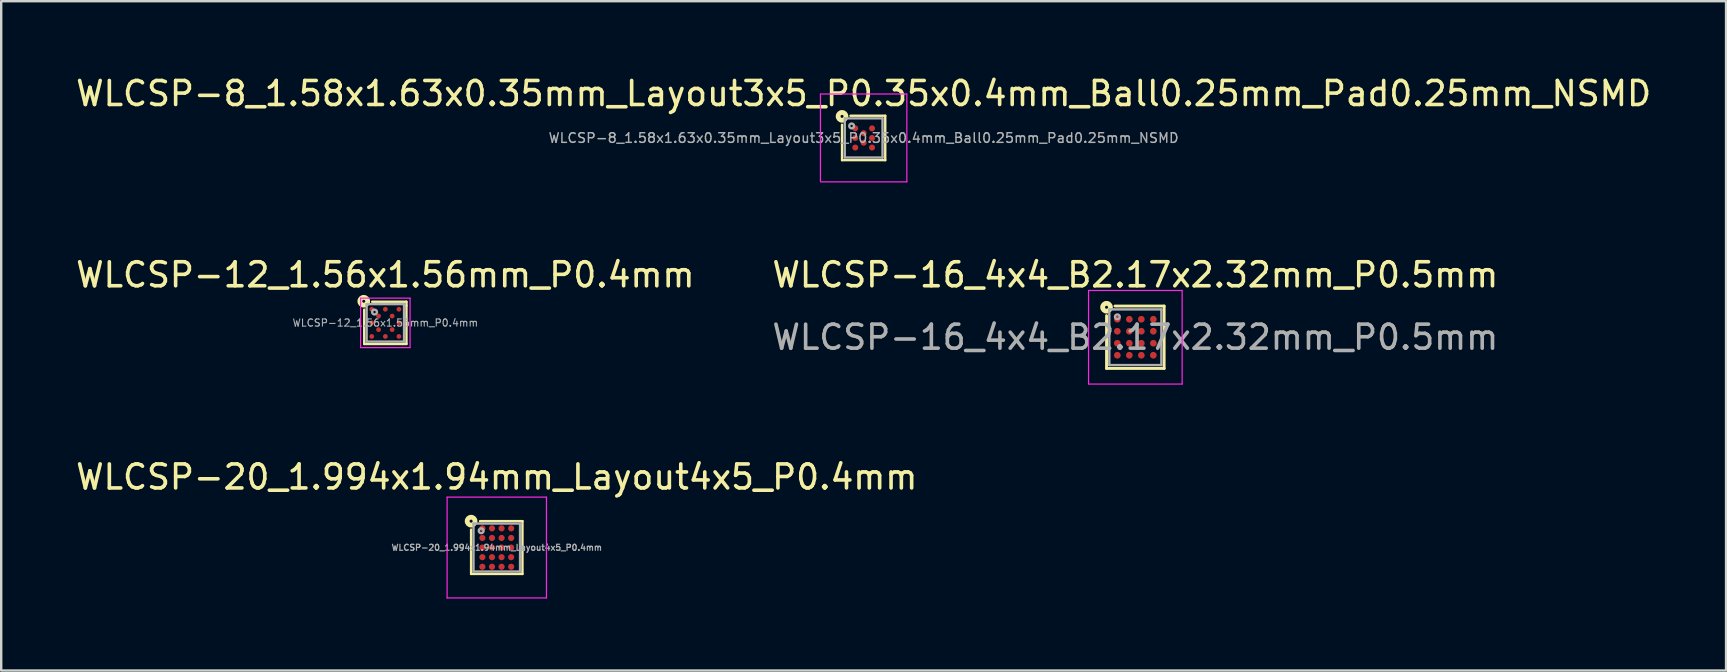
<source format=kicad_pcb>
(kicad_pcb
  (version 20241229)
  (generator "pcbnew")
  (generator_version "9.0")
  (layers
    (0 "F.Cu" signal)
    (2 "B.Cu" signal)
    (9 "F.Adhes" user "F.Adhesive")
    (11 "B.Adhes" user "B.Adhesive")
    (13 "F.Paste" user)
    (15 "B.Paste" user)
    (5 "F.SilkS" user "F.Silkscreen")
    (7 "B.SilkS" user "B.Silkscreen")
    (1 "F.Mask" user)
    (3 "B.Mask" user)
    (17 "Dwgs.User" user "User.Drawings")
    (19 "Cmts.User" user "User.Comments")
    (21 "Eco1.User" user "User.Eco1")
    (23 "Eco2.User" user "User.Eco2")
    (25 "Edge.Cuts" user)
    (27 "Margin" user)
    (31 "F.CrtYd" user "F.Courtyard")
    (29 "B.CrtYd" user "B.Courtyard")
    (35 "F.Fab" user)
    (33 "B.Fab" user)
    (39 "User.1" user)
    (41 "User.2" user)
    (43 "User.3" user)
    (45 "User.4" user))
  (footprint "WLCSP-8_1.58x1.63x0.35mm_Layout3x5_P0.35x0.4mm_Ball0.25mm_Pad0.25mm_NSMD"
    (layer "F.Cu")
    (at 32.935 2.698)
    (property "Reference" "WLCSP-8_1.58x1.63x0.35mm_Layout3x5_P0.35x0.4mm_Ball0.25mm_Pad0.25mm_NSMD" (at 0 -1.85 0) (layer "F.SilkS") (effects (font (size 1 1) (thickness 0.15))))
    (attr smd)
    (fp_line (start -0.9 0.925) (end -0.9 -0.55) (stroke (width 0.1) (type solid)) (layer "F.SilkS"))
    (fp_line (start -0.9 0.925) (end 0.9 0.925) (stroke (width 0.1) (type solid)) (layer "F.SilkS"))
    (fp_line (start 0.9 -0.925) (end -0.55 -0.925) (stroke (width 0.1) (type solid)) (layer "F.SilkS"))
    (fp_line (start 0.9 0.925) (end 0.9 -0.925) (stroke (width 0.1) (type solid)) (layer "F.SilkS"))
    (fp_circle (center -0.9 -0.9) (end -0.837 -0.9) (stroke (width 0.2) (type solid)) (fill no) (layer "F.SilkS"))
    (fp_line (start -1.8 1.8) (end -1.8 -1.83) (stroke (width 0.05) (type solid)) (layer "F.CrtYd"))
    (fp_line (start -1.8 1.83) (end 1.8 1.83) (stroke (width 0.05) (type solid)) (layer "F.CrtYd"))
    (fp_line (start 1.8 -1.83) (end -1.8 -1.83) (stroke (width 0.05) (type solid)) (layer "F.CrtYd"))
    (fp_line (start 1.8 1.83) (end 1.8 -1.83) (stroke (width 0.05) (type solid)) (layer "F.CrtYd"))
    (fp_line (start -0.787 -0.81) (end -0.787 0.805) (stroke (width 0.1) (type solid)) (layer "F.Fab"))
    (fp_line (start -0.787 0.816) (end 0.787 0.816) (stroke (width 0.1) (type solid)) (layer "F.Fab"))
    (fp_line (start 0.787 -0.816) (end -0.77 -0.816) (stroke (width 0.1) (type solid)) (layer "F.Fab"))
    (fp_line (start 0.787 -0.816) (end 0.787 0.816) (stroke (width 0.1) (type solid)) (layer "F.Fab"))
    (fp_circle (center -0.5 -0.5) (end -0.4 -0.5) (stroke (width 0.1) (type solid)) (fill no) (layer "F.Fab"))
    (fp_text user "${REFERENCE}" (at 0 0 0) (layer "F.Fab") (effects (font (size 0.4 0.4) (thickness 0.06))))
    (pad "A1" smd circle (at -0.35 -0.4) (size 0.25 0.25) (layers "F.Cu" "F.Mask" "F.Paste"))
    (pad "A3" smd circle (at 0.35 -0.4) (size 0.25 0.25) (layers "F.Cu" "F.Mask" "F.Paste"))
    (pad "B2" smd circle (at 0 -0.2) (size 0.25 0.25) (layers "F.Cu" "F.Mask" "F.Paste"))
    (pad "C1" smd circle (at -0.35 0) (size 0.25 0.25) (layers "F.Cu" "F.Mask" "F.Paste"))
    (pad "C3" smd circle (at 0.35 0) (size 0.25 0.25) (layers "F.Cu" "F.Mask" "F.Paste"))
    (pad "D2" smd circle (at 0 0.2) (size 0.25 0.25) (layers "F.Cu" "F.Mask" "F.Paste"))
    (pad "E1" smd circle (at -0.35 0.4) (size 0.25 0.25) (layers "F.Cu" "F.Mask" "F.Paste"))
    (pad "E3" smd circle (at 0.35 0.4) (size 0.25 0.25) (layers "F.Cu" "F.Mask" "F.Paste")))
  (footprint "WLCSP-16_4x4_B2.17x2.32mm_P0.5mm"
    (layer "F.Cu")
    (at 44.256 11.002)
    (property "Reference" "WLCSP-16_4x4_B2.17x2.32mm_P0.5mm" (at 0 -2.6 0) (layer "F.SilkS") (effects (font (size 1 1) (thickness 0.15))))
    (attr smd)
    (fp_line (start -1.2 1.3) (end -1.2 -0.9) (stroke (width 0.12) (type solid)) (layer "F.SilkS"))
    (fp_line (start -0.85 -1.3) (end 1.2 -1.3) (stroke (width 0.12) (type solid)) (layer "F.SilkS"))
    (fp_line (start 1.2 -1.3) (end 1.2 1.3) (stroke (width 0.12) (type solid)) (layer "F.SilkS"))
    (fp_line (start 1.2 1.3) (end -1.2 1.3) (stroke (width 0.12) (type solid)) (layer "F.SilkS"))
    (fp_circle (center -1.2 -1.25) (end -1.137 -1.25) (stroke (width 0.2) (type solid)) (fill no) (layer "F.SilkS"))
    (fp_line (start -1.95 -1.95) (end -1.95 1.95) (stroke (width 0.05) (type solid)) (layer "F.CrtYd"))
    (fp_line (start -1.95 -1.95) (end 1.95 -1.95) (stroke (width 0.05) (type solid)) (layer "F.CrtYd"))
    (fp_line (start 1.95 1.95) (end -1.95 1.95) (stroke (width 0.05) (type solid)) (layer "F.CrtYd"))
    (fp_line (start 1.95 1.95) (end 1.95 -1.95) (stroke (width 0.05) (type solid)) (layer "F.CrtYd"))
    (fp_line (start -1.085 1.16) (end -1.085 -1.15) (stroke (width 0.1) (type solid)) (layer "F.Fab"))
    (fp_line (start -1.08 -1.16) (end 1.085 -1.16) (stroke (width 0.1) (type solid)) (layer "F.Fab"))
    (fp_line (start 1.085 -1.16) (end 1.085 1.16) (stroke (width 0.1) (type solid)) (layer "F.Fab"))
    (fp_line (start 1.085 1.16) (end -1.085 1.16) (stroke (width 0.1) (type solid)) (layer "F.Fab"))
    (fp_circle (center -0.75 -0.85) (end -0.65 -0.85) (stroke (width 0.1) (type solid)) (fill no) (layer "F.Fab"))
    (fp_text user "${REFERENCE}" (at 0 0 0) (layer "F.Fab") (effects (font (size 1 1) (thickness 0.15))))
    (pad "A1" smd circle (at -0.75 -0.75) (size 0.28 0.28) (layers "F.Cu" "F.Mask" "F.Paste"))
    (pad "A2" smd circle (at -0.25 -0.75) (size 0.28 0.28) (layers "F.Cu" "F.Mask" "F.Paste"))
    (pad "A3" smd circle (at 0.25 -0.75) (size 0.28 0.28) (layers "F.Cu" "F.Mask" "F.Paste"))
    (pad "A4" smd circle (at 0.75 -0.75) (size 0.28 0.28) (layers "F.Cu" "F.Mask" "F.Paste"))
    (pad "B1" smd circle (at -0.75 -0.25) (size 0.28 0.28) (layers "F.Cu" "F.Mask" "F.Paste"))
    (pad "B2" smd circle (at -0.25 -0.25) (size 0.28 0.28) (layers "F.Cu" "F.Mask" "F.Paste"))
    (pad "B3" smd circle (at 0.25 -0.25) (size 0.28 0.28) (layers "F.Cu" "F.Mask" "F.Paste"))
    (pad "B4" smd circle (at 0.75 -0.25) (size 0.28 0.28) (layers "F.Cu" "F.Mask" "F.Paste"))
    (pad "C1" smd circle (at -0.75 0.25) (size 0.28 0.28) (layers "F.Cu" "F.Mask" "F.Paste"))
    (pad "C2" smd circle (at -0.25 0.25) (size 0.28 0.28) (layers "F.Cu" "F.Mask" "F.Paste"))
    (pad "C3" smd circle (at 0.25 0.25) (size 0.28 0.28) (layers "F.Cu" "F.Mask" "F.Paste"))
    (pad "C4" smd circle (at 0.75 0.25) (size 0.28 0.28) (layers "F.Cu" "F.Mask" "F.Paste"))
    (pad "D1" smd circle (at -0.75 0.75) (size 0.28 0.28) (layers "F.Cu" "F.Mask" "F.Paste"))
    (pad "D2" smd circle (at -0.25 0.75) (size 0.28 0.28) (layers "F.Cu" "F.Mask" "F.Paste"))
    (pad "D3" smd circle (at 0.25 0.75) (size 0.28 0.28) (layers "F.Cu" "F.Mask" "F.Paste"))
    (pad "D4" smd circle (at 0.75 0.75) (size 0.28 0.28) (layers "F.Cu" "F.Mask" "F.Paste")))
  (footprint "WLCSP-12_1.56x1.56mm_P0.4mm"
    (layer "F.Cu")
    (at 13.006 10.402)
    (property "Reference" "WLCSP-12_1.56x1.56mm_P0.4mm" (at 0 -2 0) (layer "F.SilkS") (effects (font (size 1 1) (thickness 0.15))))
    (attr smd)
    (fp_line (start -0.88 0.88) (end -0.88 -0.55) (stroke (width 0.1) (type solid)) (layer "F.SilkS"))
    (fp_line (start -0.88 0.88) (end 0.72 0.88) (stroke (width 0.1) (type solid)) (layer "F.SilkS"))
    (fp_line (start 0.88 -0.88) (end -0.55 -0.88) (stroke (width 0.1) (type solid)) (layer "F.SilkS"))
    (fp_line (start 0.88 -0.88) (end 0.88 -0.72) (stroke (width 0.1) (type solid)) (layer "F.SilkS"))
    (fp_line (start 0.88 0.88) (end 0.72 0.88) (stroke (width 0.1) (type solid)) (layer "F.SilkS"))
    (fp_line (start 0.88 0.88) (end 0.88 -0.72) (stroke (width 0.1) (type solid)) (layer "F.SilkS"))
    (fp_circle (center -0.9 -0.9) (end -0.837 -0.9) (stroke (width 0.2) (type solid)) (fill no) (layer "F.SilkS"))
    (fp_line (start -1.03 -1.03) (end -1.03 1.03) (stroke (width 0.05) (type solid)) (layer "F.CrtYd"))
    (fp_line (start -1.03 -1.03) (end 1.03 -1.03) (stroke (width 0.05) (type solid)) (layer "F.CrtYd"))
    (fp_line (start -1.03 1.03) (end 1.03 1.03) (stroke (width 0.05) (type solid)) (layer "F.CrtYd"))
    (fp_line (start 1.03 -1.03) (end 1.03 1.03) (stroke (width 0.05) (type solid)) (layer "F.CrtYd"))
    (fp_line (start -0.78 -0.78) (end 0.78 -0.78) (stroke (width 0.1) (type solid)) (layer "F.Fab"))
    (fp_line (start -0.78 0.78) (end -0.78 -0.78) (stroke (width 0.1) (type solid)) (layer "F.Fab"))
    (fp_line (start 0.78 0.78) (end -0.78 0.78) (stroke (width 0.1) (type solid)) (layer "F.Fab"))
    (fp_line (start 0.78 0.78) (end 0.78 -0.78) (stroke (width 0.1) (type solid)) (layer "F.Fab"))
    (fp_circle (center -0.45 -0.45) (end -0.35 -0.45) (stroke (width 0.1) (type solid)) (fill no) (layer "F.Fab"))
    (fp_text user "${REFERENCE}" (at 0 0 0) (layer "F.Fab") (effects (font (size 0.3 0.3) (thickness 0.045))))
    (pad "A1" smd circle (at -0.566 -0.566) (size 0.2 0.2) (layers "F.Cu" "F.Mask" "F.Paste"))
    (pad "A3" smd circle (at 0 -0.566) (size 0.2 0.2) (layers "F.Cu" "F.Mask" "F.Paste"))
    (pad "A5" smd circle (at 0.566 -0.566) (size 0.2 0.2) (layers "F.Cu" "F.Mask" "F.Paste"))
    (pad "B2" smd circle (at -0.283 -0.283) (size 0.2 0.2) (layers "F.Cu" "F.Mask" "F.Paste"))
    (pad "B4" smd circle (at 0.283 -0.283) (size 0.2 0.2) (layers "F.Cu" "F.Mask" "F.Paste"))
    (pad "C1" smd circle (at -0.566 0) (size 0.2 0.2) (layers "F.Cu" "F.Mask" "F.Paste"))
    (pad "C5" smd circle (at 0.566 0) (size 0.2 0.2) (layers "F.Cu" "F.Mask" "F.Paste"))
    (pad "D2" smd circle (at -0.283 0.283) (size 0.2 0.2) (layers "F.Cu" "F.Mask" "F.Paste"))
    (pad "D4" smd circle (at 0.283 0.283) (size 0.2 0.2) (layers "F.Cu" "F.Mask" "F.Paste"))
    (pad "E1" smd circle (at -0.566 0.566) (size 0.2 0.2) (layers "F.Cu" "F.Mask" "F.Paste"))
    (pad "E3" smd circle (at 0 0.566) (size 0.2 0.2) (layers "F.Cu" "F.Mask" "F.Paste"))
    (pad "E5" smd circle (at 0.566 0.566) (size 0.2 0.2) (layers "F.Cu" "F.Mask" "F.Paste")))
  (footprint "WLCSP-20_1.994x1.94mm_Layout4x5_P0.4mm"
    (layer "F.Cu")
    (at 17.649 19.765)
    (property "Reference" "WLCSP-20_1.994x1.94mm_Layout4x5_P0.4mm" (at 0 -2.94 0) (layer "F.SilkS") (effects (font (size 1 1) (thickness 0.15))))
    (attr smd)
    (fp_line (start -1.07 1.1) (end -1.07 -0.75) (stroke (width 0.1) (type solid)) (layer "F.SilkS"))
    (fp_line (start 1.07 -1.1) (end -0.7 -1.1) (stroke (width 0.1) (type solid)) (layer "F.SilkS"))
    (fp_line (start 1.07 1.1) (end -1.07 1.1) (stroke (width 0.1) (type solid)) (layer "F.SilkS"))
    (fp_line (start 1.07 1.1) (end 1.07 -1.1) (stroke (width 0.1) (type solid)) (layer "F.SilkS"))
    (fp_circle (center -1.07 -1.1) (end -1.006 -1.1) (stroke (width 0.2) (type solid)) (fill no) (layer "F.SilkS"))
    (fp_line (start -2.07 2.1) (end -2.07 -2.1) (stroke (width 0.05) (type solid)) (layer "F.CrtYd"))
    (fp_line (start 2.07 -2.1) (end -2.07 -2.1) (stroke (width 0.05) (type solid)) (layer "F.CrtYd"))
    (fp_line (start 2.07 2.1) (end -2.07 2.1) (stroke (width 0.05) (type solid)) (layer "F.CrtYd"))
    (fp_line (start 2.07 2.1) (end 2.07 -2.1) (stroke (width 0.05) (type solid)) (layer "F.CrtYd"))
    (fp_line (start -0.97 -1) (end 1.02 -1) (stroke (width 0.1) (type solid)) (layer "F.Fab"))
    (fp_line (start -0.97 0.997) (end -0.97 -1) (stroke (width 0.1) (type solid)) (layer "F.Fab"))
    (fp_line (start -0.97 1) (end 0.97 1) (stroke (width 0.1) (type solid)) (layer "F.Fab"))
    (fp_line (start 0.97 0.997) (end 0.97 -0.997) (stroke (width 0.1) (type solid)) (layer "F.Fab"))
    (fp_circle (center -0.65 -0.7) (end -0.55 -0.7) (stroke (width 0.1) (type solid)) (fill no) (layer "F.Fab"))
    (fp_text user "${REFERENCE}" (at 0 0 0) (layer "F.Fab") (effects (font (size 0.25 0.25) (thickness 0.05))))
    (pad "A1" smd circle (at -0.6 -0.8) (size 0.258 0.258) (layers "F.Cu" "F.Mask" "F.Paste"))
    (pad "A2" smd circle (at -0.2 -0.8) (size 0.258 0.258) (layers "F.Cu" "F.Mask" "F.Paste"))
    (pad "A3" smd circle (at 0.2 -0.8) (size 0.258 0.258) (layers "F.Cu" "F.Mask" "F.Paste"))
    (pad "A4" smd circle (at 0.6 -0.8) (size 0.258 0.258) (layers "F.Cu" "F.Mask" "F.Paste"))
    (pad "B1" smd circle (at -0.6 -0.4) (size 0.258 0.258) (layers "F.Cu" "F.Mask" "F.Paste"))
    (pad "B2" smd circle (at -0.2 -0.4) (size 0.258 0.258) (layers "F.Cu" "F.Mask" "F.Paste"))
    (pad "B3" smd circle (at 0.2 -0.4) (size 0.258 0.258) (layers "F.Cu" "F.Mask" "F.Paste"))
    (pad "B4" smd circle (at 0.6 -0.4) (size 0.258 0.258) (layers "F.Cu" "F.Mask" "F.Paste"))
    (pad "C1" smd circle (at -0.6 0) (size 0.258 0.258) (layers "F.Cu" "F.Mask" "F.Paste"))
    (pad "C2" smd circle (at -0.2 0) (size 0.258 0.258) (layers "F.Cu" "F.Mask" "F.Paste"))
    (pad "C3" smd circle (at 0.2 0) (size 0.258 0.258) (layers "F.Cu" "F.Mask" "F.Paste"))
    (pad "C4" smd circle (at 0.6 0) (size 0.258 0.258) (layers "F.Cu" "F.Mask" "F.Paste"))
    (pad "D1" smd circle (at -0.6 0.4) (size 0.258 0.258) (layers "F.Cu" "F.Mask" "F.Paste"))
    (pad "D2" smd circle (at -0.2 0.4) (size 0.258 0.258) (layers "F.Cu" "F.Mask" "F.Paste"))
    (pad "D3" smd circle (at 0.2 0.4) (size 0.258 0.258) (layers "F.Cu" "F.Mask" "F.Paste"))
    (pad "D4" smd circle (at 0.6 0.4) (size 0.258 0.258) (layers "F.Cu" "F.Mask" "F.Paste"))
    (pad "E1" smd circle (at -0.6 0.8) (size 0.258 0.258) (layers "F.Cu" "F.Mask" "F.Paste"))
    (pad "E2" smd circle (at -0.2 0.8) (size 0.258 0.258) (layers "F.Cu" "F.Mask" "F.Paste"))
    (pad "E3" smd circle (at 0.2 0.8) (size 0.258 0.258) (layers "F.Cu" "F.Mask" "F.Paste"))
    (pad "E4" smd circle (at 0.6 0.8) (size 0.258 0.258) (layers "F.Cu" "F.Mask" "F.Paste")))
  (gr_rect
    (start -3 -3)
    (end 68.869 24.89)
    (stroke (width 0.1) (type default))
    (fill no)
    (layer "Edge.Cuts")))
</source>
